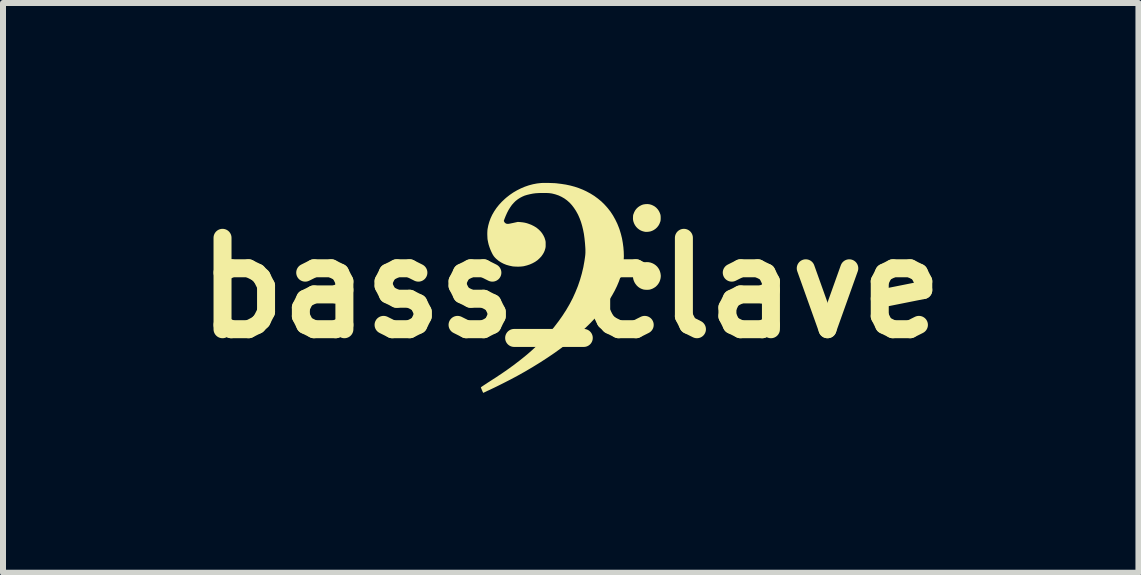
<source format=kicad_pcb>
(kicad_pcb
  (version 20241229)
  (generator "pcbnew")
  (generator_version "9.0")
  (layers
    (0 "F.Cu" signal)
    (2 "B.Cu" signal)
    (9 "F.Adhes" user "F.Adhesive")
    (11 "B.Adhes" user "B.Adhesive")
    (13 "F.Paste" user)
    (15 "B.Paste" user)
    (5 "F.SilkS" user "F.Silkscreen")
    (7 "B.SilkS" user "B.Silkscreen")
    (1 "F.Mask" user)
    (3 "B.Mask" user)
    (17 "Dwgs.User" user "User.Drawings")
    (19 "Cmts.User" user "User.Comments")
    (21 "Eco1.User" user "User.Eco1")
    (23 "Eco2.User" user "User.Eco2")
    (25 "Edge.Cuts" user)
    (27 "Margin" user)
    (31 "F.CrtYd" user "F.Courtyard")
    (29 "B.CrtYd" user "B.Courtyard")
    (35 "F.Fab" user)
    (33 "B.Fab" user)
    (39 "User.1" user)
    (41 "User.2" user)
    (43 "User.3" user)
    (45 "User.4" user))
  (footprint "bass_clave"
    (layer "F.Cu")
    (at 6.466 1.75)
    (property "Reference" "bass_clave" (at 0 0 0) (layer "F.SilkS") (effects (font (size 1.524 1.524) (thickness 0.3))))
    (attr board_only exclude_from_pos_files exclude_from_bom)
    (fp_poly (pts (xy 1.293 -0.429) (xy 1.327 -0.423) (xy 1.359 -0.412) (xy 1.389 -0.397) (xy 1.416 -0.378) (xy 1.441 -0.355) (xy 1.461 -0.329) (xy 1.478 -0.3) (xy 1.49 -0.269) (xy 1.498 -0.236) (xy 1.502 -0.201) (xy 1.502 -0.198) (xy 1.499 -0.164) (xy 1.491 -0.131) (xy 1.479 -0.099) (xy 1.462 -0.07) (xy 1.442 -0.044) (xy 1.418 -0.02) (xy 1.39 -0.001) (xy 1.36 0.015) (xy 1.328 0.026) (xy 1.317 0.029) (xy 1.3 0.031) (xy 1.281 0.032) (xy 1.26 0.032) (xy 1.241 0.031) (xy 1.224 0.029) (xy 1.22 0.029) (xy 1.187 0.019) (xy 1.155 0.004) (xy 1.127 -0.015) (xy 1.102 -0.038) (xy 1.08 -0.065) (xy 1.062 -0.095) (xy 1.048 -0.129) (xy 1.046 -0.135) (xy 1.041 -0.157) (xy 1.038 -0.182) (xy 1.038 -0.208) (xy 1.04 -0.232) (xy 1.043 -0.252) (xy 1.054 -0.285) (xy 1.07 -0.317) (xy 1.089 -0.345) (xy 1.112 -0.369) (xy 1.138 -0.39) (xy 1.167 -0.407) (xy 1.198 -0.419) (xy 1.231 -0.427) (xy 1.266 -0.43)) (stroke (width 0) (type solid)) (fill yes) (layer "F.SilkS"))
    (fp_poly (pts (xy 1.287 -1.397) (xy 1.305 -1.395) (xy 1.307 -1.395) (xy 1.34 -1.387) (xy 1.371 -1.374) (xy 1.401 -1.357) (xy 1.427 -1.336) (xy 1.45 -1.311) (xy 1.47 -1.282) (xy 1.485 -1.251) (xy 1.494 -1.226) (xy 1.497 -1.216) (xy 1.498 -1.207) (xy 1.499 -1.197) (xy 1.5 -1.184) (xy 1.5 -1.167) (xy 1.5 -1.165) (xy 1.5 -1.148) (xy 1.499 -1.136) (xy 1.498 -1.126) (xy 1.497 -1.116) (xy 1.494 -1.106) (xy 1.492 -1.101) (xy 1.479 -1.067) (xy 1.462 -1.037) (xy 1.44 -1.009) (xy 1.414 -0.985) (xy 1.385 -0.965) (xy 1.361 -0.953) (xy 1.335 -0.943) (xy 1.306 -0.937) (xy 1.276 -0.934) (xy 1.248 -0.934) (xy 1.239 -0.935) (xy 1.204 -0.943) (xy 1.172 -0.955) (xy 1.142 -0.972) (xy 1.115 -0.993) (xy 1.091 -1.018) (xy 1.071 -1.046) (xy 1.055 -1.078) (xy 1.043 -1.113) (xy 1.043 -1.113) (xy 1.041 -1.125) (xy 1.039 -1.138) (xy 1.038 -1.155) (xy 1.038 -1.168) (xy 1.039 -1.184) (xy 1.039 -1.197) (xy 1.04 -1.207) (xy 1.042 -1.217) (xy 1.045 -1.228) (xy 1.046 -1.229) (xy 1.059 -1.263) (xy 1.076 -1.294) (xy 1.097 -1.321) (xy 1.122 -1.345) (xy 1.151 -1.365) (xy 1.182 -1.381) (xy 1.207 -1.39) (xy 1.224 -1.393) (xy 1.244 -1.396) (xy 1.266 -1.397)) (stroke (width 0) (type solid)) (fill yes) (layer "F.SilkS"))
    (fp_poly (pts (xy -0.406 -1.75) (xy -0.377 -1.75) (xy -0.347 -1.749) (xy -0.318 -1.748) (xy -0.29 -1.747) (xy -0.265 -1.746) (xy -0.243 -1.744) (xy -0.241 -1.744) (xy -0.159 -1.734) (xy -0.081 -1.722) (xy -0.006 -1.706) (xy 0.065 -1.687) (xy 0.134 -1.664) (xy 0.202 -1.637) (xy 0.258 -1.611) (xy 0.327 -1.574) (xy 0.393 -1.533) (xy 0.454 -1.488) (xy 0.512 -1.44) (xy 0.566 -1.387) (xy 0.616 -1.331) (xy 0.663 -1.271) (xy 0.705 -1.207) (xy 0.743 -1.139) (xy 0.777 -1.069) (xy 0.807 -0.994) (xy 0.816 -0.968) (xy 0.837 -0.898) (xy 0.855 -0.826) (xy 0.868 -0.752) (xy 0.878 -0.678) (xy 0.884 -0.603) (xy 0.886 -0.529) (xy 0.883 -0.457) (xy 0.877 -0.386) (xy 0.868 -0.331) (xy 0.852 -0.257) (xy 0.83 -0.182) (xy 0.803 -0.106) (xy 0.771 -0.03) (xy 0.734 0.046) (xy 0.692 0.122) (xy 0.645 0.199) (xy 0.592 0.275) (xy 0.535 0.352) (xy 0.473 0.428) (xy 0.471 0.43) (xy 0.397 0.514) (xy 0.318 0.597) (xy 0.233 0.679) (xy 0.143 0.761) (xy 0.048 0.842) (xy -0.052 0.923) (xy -0.157 1.003) (xy -0.268 1.083) (xy -0.383 1.161) (xy -0.503 1.239) (xy -0.628 1.316) (xy -0.758 1.393) (xy -0.892 1.468) (xy -0.997 1.524) (xy -1.036 1.544) (xy -1.079 1.566) (xy -1.124 1.589) (xy -1.172 1.613) (xy -1.22 1.637) (xy -1.267 1.66) (xy -1.313 1.682) (xy -1.357 1.703) (xy -1.384 1.715) (xy -1.401 1.723) (xy -1.416 1.731) (xy -1.43 1.737) (xy -1.44 1.742) (xy -1.447 1.745) (xy -1.449 1.746) (xy -1.455 1.75) (xy -1.459 1.749) (xy -1.463 1.744) (xy -1.463 1.743) (xy -1.467 1.735) (xy -1.472 1.724) (xy -1.477 1.712) (xy -1.483 1.699) (xy -1.488 1.686) (xy -1.493 1.675) (xy -1.496 1.666) (xy -1.498 1.661) (xy -1.499 1.66) (xy -1.498 1.659) (xy -1.496 1.656) (xy -1.491 1.653) (xy -1.485 1.648) (xy -1.476 1.642) (xy -1.464 1.634) (xy -1.449 1.624) (xy -1.431 1.612) (xy -1.409 1.598) (xy -1.384 1.581) (xy -1.354 1.562) (xy -1.342 1.554) (xy -1.291 1.521) (xy -1.244 1.491) (xy -1.201 1.462) (xy -1.162 1.436) (xy -1.125 1.411) (xy -1.09 1.387) (xy -1.057 1.364) (xy -1.026 1.342) (xy -0.995 1.319) (xy -0.964 1.297) (xy -0.933 1.274) (xy -0.922 1.265) (xy -0.862 1.219) (xy -0.806 1.175) (xy -0.753 1.132) (xy -0.702 1.089) (xy -0.653 1.046) (xy -0.604 1.001) (xy -0.555 0.955) (xy -0.513 0.914) (xy -0.447 0.846) (xy -0.384 0.779) (xy -0.326 0.713) (xy -0.275 0.651) (xy -0.203 0.557) (xy -0.136 0.462) (xy -0.074 0.366) (xy -0.017 0.268) (xy 0.034 0.17) (xy 0.079 0.07) (xy 0.12 -0.031) (xy 0.155 -0.134) (xy 0.185 -0.238) (xy 0.21 -0.343) (xy 0.229 -0.449) (xy 0.238 -0.511) (xy 0.241 -0.535) (xy 0.243 -0.554) (xy 0.244 -0.57) (xy 0.245 -0.586) (xy 0.245 -0.601) (xy 0.245 -0.618) (xy 0.245 -0.637) (xy 0.244 -0.661) (xy 0.244 -0.662) (xy 0.238 -0.745) (xy 0.23 -0.824) (xy 0.22 -0.899) (xy 0.206 -0.97) (xy 0.19 -1.036) (xy 0.171 -1.1) (xy 0.149 -1.159) (xy 0.124 -1.216) (xy 0.118 -1.228) (xy 0.087 -1.284) (xy 0.054 -1.334) (xy 0.018 -1.381) (xy -0.02 -1.422) (xy -0.062 -1.459) (xy -0.106 -1.491) (xy -0.153 -1.518) (xy -0.202 -1.541) (xy -0.255 -1.559) (xy -0.274 -1.564) (xy -0.294 -1.569) (xy -0.311 -1.573) (xy -0.328 -1.576) (xy -0.345 -1.578) (xy -0.362 -1.58) (xy -0.381 -1.581) (xy -0.403 -1.582) (xy -0.429 -1.582) (xy -0.455 -1.582) (xy -0.482 -1.582) (xy -0.508 -1.582) (xy -0.531 -1.581) (xy -0.551 -1.58) (xy -0.567 -1.579) (xy -0.576 -1.579) (xy -0.63 -1.572) (xy -0.68 -1.562) (xy -0.726 -1.551) (xy -0.769 -1.538) (xy -0.808 -1.521) (xy -0.844 -1.502) (xy -0.879 -1.48) (xy -0.911 -1.455) (xy -0.921 -1.447) (xy -0.951 -1.417) (xy -0.981 -1.383) (xy -1.009 -1.343) (xy -1.036 -1.3) (xy -1.061 -1.252) (xy -1.084 -1.201) (xy -1.105 -1.148) (xy -1.105 -1.148) (xy -1.116 -1.116) (xy -1.109 -1.103) (xy -1.099 -1.087) (xy -1.085 -1.076) (xy -1.069 -1.069) (xy -1.05 -1.067) (xy -1.037 -1.068) (xy -1.029 -1.069) (xy -1.017 -1.071) (xy -1.002 -1.074) (xy -0.984 -1.078) (xy -0.964 -1.082) (xy -0.95 -1.085) (xy -0.882 -1.1) (xy -0.842 -1.097) (xy -0.803 -1.093) (xy -0.766 -1.087) (xy -0.73 -1.078) (xy -0.706 -1.07) (xy -0.658 -1.052) (xy -0.614 -1.03) (xy -0.574 -1.006) (xy -0.538 -0.977) (xy -0.506 -0.946) (xy -0.479 -0.913) (xy -0.456 -0.876) (xy -0.437 -0.837) (xy -0.425 -0.799) (xy -0.422 -0.788) (xy -0.42 -0.779) (xy -0.419 -0.769) (xy -0.418 -0.758) (xy -0.418 -0.745) (xy -0.418 -0.727) (xy -0.418 -0.726) (xy -0.418 -0.708) (xy -0.418 -0.694) (xy -0.419 -0.683) (xy -0.42 -0.674) (xy -0.422 -0.664) (xy -0.424 -0.654) (xy -0.425 -0.653) (xy -0.435 -0.619) (xy -0.449 -0.588) (xy -0.464 -0.562) (xy -0.49 -0.525) (xy -0.521 -0.492) (xy -0.555 -0.461) (xy -0.594 -0.434) (xy -0.636 -0.411) (xy -0.681 -0.391) (xy -0.729 -0.375) (xy -0.78 -0.362) (xy -0.799 -0.359) (xy -0.818 -0.357) (xy -0.841 -0.355) (xy -0.866 -0.354) (xy -0.893 -0.354) (xy -0.919 -0.355) (xy -0.943 -0.356) (xy -0.964 -0.358) (xy -0.971 -0.359) (xy -1.023 -0.37) (xy -1.073 -0.384) (xy -1.12 -0.403) (xy -1.164 -0.426) (xy -1.205 -0.453) (xy -1.241 -0.483) (xy -1.263 -0.505) (xy -1.28 -0.525) (xy -1.297 -0.55) (xy -1.313 -0.58) (xy -1.328 -0.612) (xy -1.343 -0.647) (xy -1.356 -0.683) (xy -1.368 -0.72) (xy -1.377 -0.758) (xy -1.384 -0.794) (xy -1.386 -0.803) (xy -1.388 -0.82) (xy -1.389 -0.841) (xy -1.39 -0.865) (xy -1.391 -0.889) (xy -1.391 -0.914) (xy -1.39 -0.938) (xy -1.389 -0.959) (xy -1.387 -0.975) (xy -1.387 -0.978) (xy -1.375 -1.04) (xy -1.358 -1.101) (xy -1.336 -1.161) (xy -1.309 -1.219) (xy -1.276 -1.276) (xy -1.239 -1.331) (xy -1.196 -1.385) (xy -1.149 -1.436) (xy -1.096 -1.486) (xy -1.073 -1.506) (xy -1.017 -1.55) (xy -0.957 -1.591) (xy -0.895 -1.627) (xy -0.831 -1.659) (xy -0.765 -1.687) (xy -0.698 -1.71) (xy -0.63 -1.728) (xy -0.562 -1.741) (xy -0.499 -1.748) (xy -0.482 -1.749) (xy -0.46 -1.75) (xy -0.434 -1.75)) (stroke (width 0) (type solid)) (fill yes) (layer "F.SilkS")))
  (gr_rect
    (start -3 -3)
    (end 15.932 6.5)
    (stroke (width 0.1) (type default))
    (fill no)
    (layer "Edge.Cuts")))
</source>
